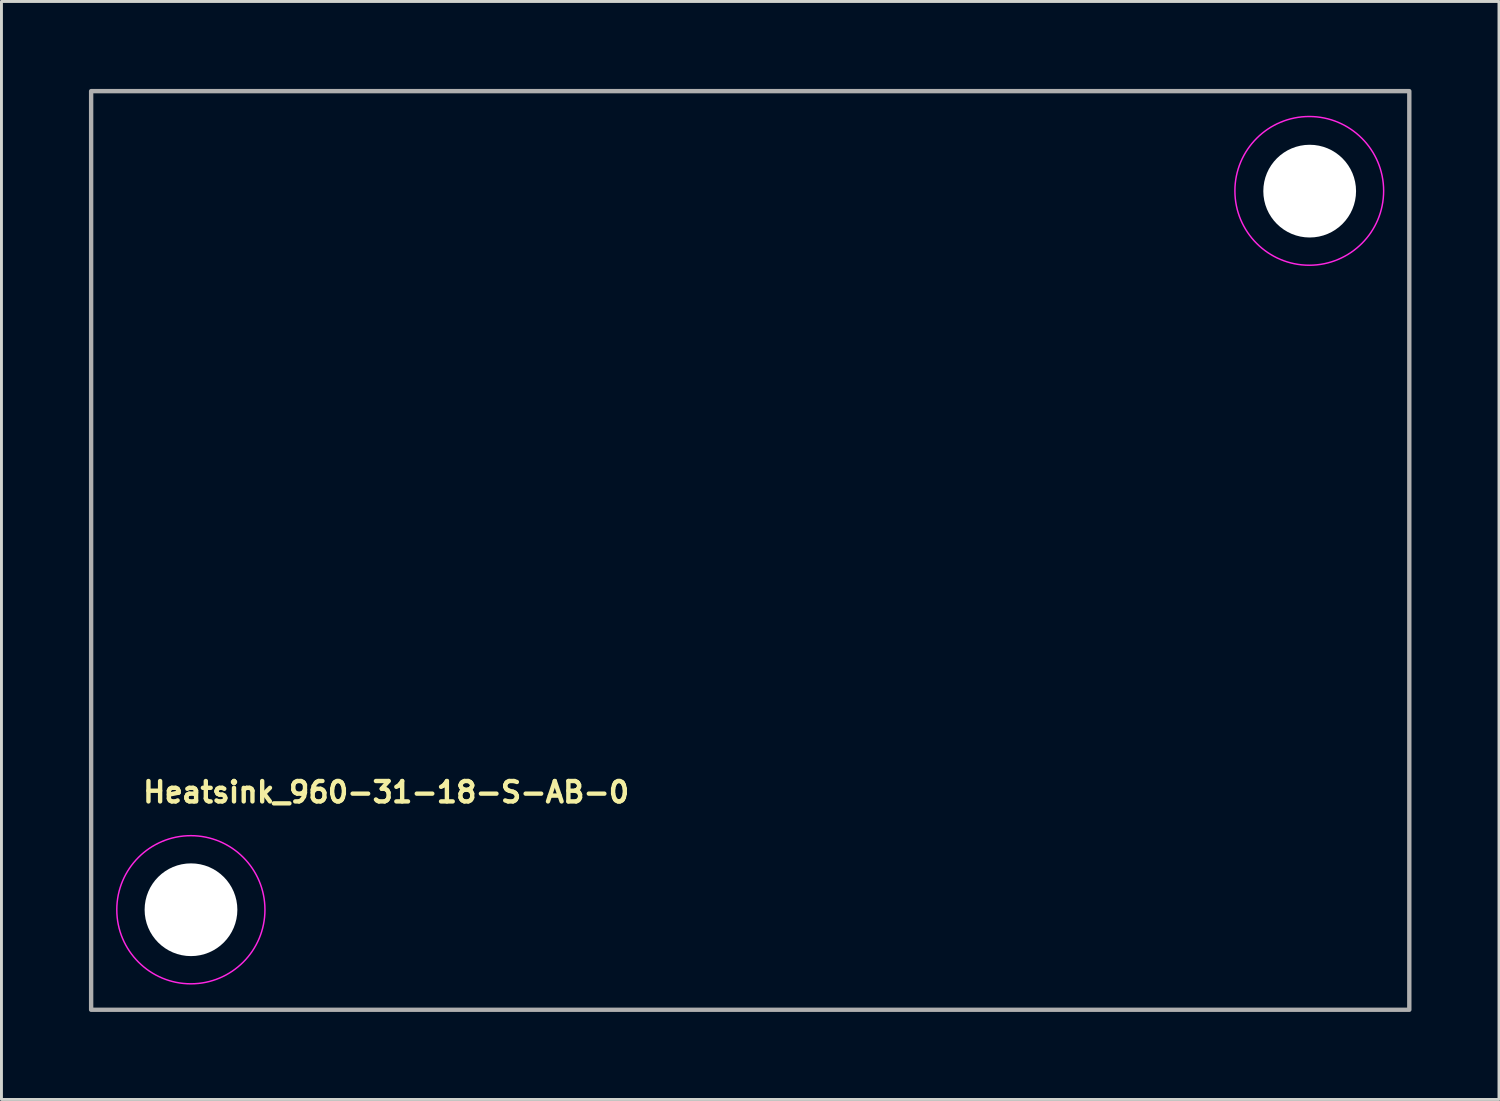
<source format=kicad_pcb>
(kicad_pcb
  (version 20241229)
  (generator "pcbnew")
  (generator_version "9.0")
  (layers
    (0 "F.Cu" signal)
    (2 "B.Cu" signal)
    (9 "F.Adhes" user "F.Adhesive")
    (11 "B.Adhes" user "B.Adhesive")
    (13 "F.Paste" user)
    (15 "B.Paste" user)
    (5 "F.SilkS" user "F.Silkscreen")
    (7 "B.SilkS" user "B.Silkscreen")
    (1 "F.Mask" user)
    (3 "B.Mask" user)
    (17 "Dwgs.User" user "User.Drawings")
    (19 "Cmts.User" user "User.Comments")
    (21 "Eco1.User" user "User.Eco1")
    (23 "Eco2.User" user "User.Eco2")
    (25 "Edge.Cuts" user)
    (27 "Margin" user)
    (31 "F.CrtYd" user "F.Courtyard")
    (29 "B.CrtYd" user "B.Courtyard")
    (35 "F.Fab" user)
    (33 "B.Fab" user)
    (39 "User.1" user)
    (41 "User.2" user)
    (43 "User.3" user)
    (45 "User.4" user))
  (footprint "Heatsink_960-31-18-S-AB-0"
    (layer "F.Cu")
    (at 22.675 15.825)
    (property "Reference" "Heatsink_960-31-18-S-AB-0" (at -20.9 8.699 0) (unlocked yes) (layer "F.SilkS") (effects (font (size 0.7 0.7) (thickness 0.15)) (justify left bottom)))
    (attr through_hole)
    (fp_circle (center -19.18 12.32) (end -16.64 12.32) (stroke (width 0.05) (type solid)) (fill no) (layer "F.CrtYd"))
    (fp_circle (center 19.17 -12.33) (end 21.72 -12.33) (stroke (width 0.05) (type solid)) (fill no) (layer "F.CrtYd"))
    (fp_rect (start -22.6 -15.75) (end 22.6 15.75) (stroke (width 0.15) (type solid)) (fill no) (layer "F.Fab"))
    (fp_rect (start -22.6 -15.75) (end 22.6 15.75) (stroke (width 0.1) (type solid)) (fill no) (layer "User.5"))
    (fp_line (start -22.604 12.32) (end -22.601 12.15) (stroke (width 0.02) (type solid)) (layer "User.9"))
    (fp_line (start -22.601 12.15) (end -22.589 11.981) (stroke (width 0.02) (type solid)) (layer "User.9"))
    (fp_line (start -22.601 12.49) (end -22.604 12.32) (stroke (width 0.02) (type solid)) (layer "User.9"))
    (fp_line (start -22.589 11.981) (end -22.567 11.813) (stroke (width 0.02) (type solid)) (layer "User.9"))
    (fp_line (start -22.589 12.659) (end -22.601 12.49) (stroke (width 0.02) (type solid)) (layer "User.9"))
    (fp_line (start -22.567 11.813) (end -22.538 11.647) (stroke (width 0.02) (type solid)) (layer "User.9"))
    (fp_line (start -22.567 12.826) (end -22.589 12.659) (stroke (width 0.02) (type solid)) (layer "User.9"))
    (fp_line (start -22.538 11.647) (end -22.502 11.484) (stroke (width 0.02) (type solid)) (layer "User.9"))
    (fp_line (start -22.538 12.993) (end -22.567 12.826) (stroke (width 0.02) (type solid)) (layer "User.9"))
    (fp_line (start -22.502 11.484) (end -22.456 11.323) (stroke (width 0.02) (type solid)) (layer "User.9"))
    (fp_line (start -22.502 13.156) (end -22.538 12.993) (stroke (width 0.02) (type solid)) (layer "User.9"))
    (fp_line (start -22.456 11.323) (end -22.404 11.163) (stroke (width 0.02) (type solid)) (layer "User.9"))
    (fp_line (start -22.456 13.317) (end -22.502 13.156) (stroke (width 0.02) (type solid)) (layer "User.9"))
    (fp_line (start -22.404 11.163) (end -22.343 11.007) (stroke (width 0.02) (type solid)) (layer "User.9"))
    (fp_line (start -22.404 13.477) (end -22.456 13.317) (stroke (width 0.02) (type solid)) (layer "User.9"))
    (fp_line (start -22.343 11.007) (end -22.276 10.855) (stroke (width 0.02) (type solid)) (layer "User.9"))
    (fp_line (start -22.343 13.632) (end -22.404 13.477) (stroke (width 0.02) (type solid)) (layer "User.9"))
    (fp_line (start -22.276 10.855) (end -22.202 10.705) (stroke (width 0.02) (type solid)) (layer "User.9"))
    (fp_line (start -22.276 13.785) (end -22.343 13.632) (stroke (width 0.02) (type solid)) (layer "User.9"))
    (fp_line (start -22.202 10.705) (end -22.118 10.56) (stroke (width 0.02) (type solid)) (layer "User.9"))
    (fp_line (start -22.202 13.935) (end -22.276 13.785) (stroke (width 0.02) (type solid)) (layer "User.9"))
    (fp_line (start -22.118 10.56) (end -22.028 10.417) (stroke (width 0.02) (type solid)) (layer "User.9"))
    (fp_line (start -22.118 14.08) (end -22.202 13.935) (stroke (width 0.02) (type solid)) (layer "User.9"))
    (fp_line (start -22.028 10.417) (end -21.932 10.279) (stroke (width 0.02) (type solid)) (layer "User.9"))
    (fp_line (start -22.028 14.223) (end -22.118 14.08) (stroke (width 0.02) (type solid)) (layer "User.9"))
    (fp_line (start -21.932 10.279) (end -21.828 10.147) (stroke (width 0.02) (type solid)) (layer "User.9"))
    (fp_line (start -21.932 14.361) (end -22.028 14.223) (stroke (width 0.02) (type solid)) (layer "User.9"))
    (fp_line (start -21.875 10.775) (end -19.176 9.271) (stroke (width 0.02) (type solid)) (layer "User.9"))
    (fp_line (start -21.875 13.865) (end -21.875 10.775) (stroke (width 0.02) (type solid)) (layer "User.9"))
    (fp_line (start -21.828 10.147) (end -21.717 10.018) (stroke (width 0.02) (type solid)) (layer "User.9"))
    (fp_line (start -21.828 14.493) (end -21.932 14.361) (stroke (width 0.02) (type solid)) (layer "User.9"))
    (fp_line (start -21.717 10.018) (end -21.601 9.896) (stroke (width 0.02) (type solid)) (layer "User.9"))
    (fp_line (start -21.717 14.621) (end -21.828 14.493) (stroke (width 0.02) (type solid)) (layer "User.9"))
    (fp_line (start -21.601 9.896) (end -21.601 9.896) (stroke (width 0.02) (type solid)) (layer "User.9"))
    (fp_line (start -21.601 9.896) (end -21.477 9.778) (stroke (width 0.02) (type solid)) (layer "User.9"))
    (fp_line (start -21.601 14.744) (end -21.717 14.621) (stroke (width 0.02) (type solid)) (layer "User.9"))
    (fp_line (start -21.601 14.744) (end -21.601 14.744) (stroke (width 0.02) (type solid)) (layer "User.9"))
    (fp_line (start -21.477 9.778) (end -21.349 9.667) (stroke (width 0.02) (type solid)) (layer "User.9"))
    (fp_line (start -21.477 14.861) (end -21.601 14.744) (stroke (width 0.02) (type solid)) (layer "User.9"))
    (fp_line (start -21.349 9.667) (end -21.217 9.563) (stroke (width 0.02) (type solid)) (layer "User.9"))
    (fp_line (start -21.349 14.973) (end -21.477 14.861) (stroke (width 0.02) (type solid)) (layer "User.9"))
    (fp_line (start -21.217 9.563) (end -21.078 9.467) (stroke (width 0.02) (type solid)) (layer "User.9"))
    (fp_line (start -21.217 15.076) (end -21.349 14.973) (stroke (width 0.02) (type solid)) (layer "User.9"))
    (fp_line (start -21.078 9.467) (end -20.936 9.377) (stroke (width 0.02) (type solid)) (layer "User.9"))
    (fp_line (start -21.078 15.172) (end -21.217 15.076) (stroke (width 0.02) (type solid)) (layer "User.9"))
    (fp_line (start -20.936 9.377) (end -20.79 9.294) (stroke (width 0.02) (type solid)) (layer "User.9"))
    (fp_line (start -20.936 15.262) (end -21.078 15.172) (stroke (width 0.02) (type solid)) (layer "User.9"))
    (fp_line (start -20.79 9.294) (end -20.641 9.22) (stroke (width 0.02) (type solid)) (layer "User.9"))
    (fp_line (start -20.79 15.345) (end -20.936 15.262) (stroke (width 0.02) (type solid)) (layer "User.9"))
    (fp_line (start -20.641 9.22) (end -20.488 9.153) (stroke (width 0.02) (type solid)) (layer "User.9"))
    (fp_line (start -20.641 15.42) (end -20.79 15.345) (stroke (width 0.02) (type solid)) (layer "User.9"))
    (fp_line (start -20.488 9.153) (end -20.333 9.092) (stroke (width 0.02) (type solid)) (layer "User.9"))
    (fp_line (start -20.488 15.487) (end -20.641 15.42) (stroke (width 0.02) (type solid)) (layer "User.9"))
    (fp_line (start -20.333 9.092) (end -20.173 9.039) (stroke (width 0.02) (type solid)) (layer "User.9"))
    (fp_line (start -20.333 15.548) (end -20.488 15.487) (stroke (width 0.02) (type solid)) (layer "User.9"))
    (fp_line (start -20.173 9.039) (end -20.011 8.994) (stroke (width 0.02) (type solid)) (layer "User.9"))
    (fp_line (start -20.173 15.601) (end -20.333 15.548) (stroke (width 0.02) (type solid)) (layer "User.9"))
    (fp_line (start -20.011 8.994) (end -19.848 8.957) (stroke (width 0.02) (type solid)) (layer "User.9"))
    (fp_line (start -20.011 15.646) (end -20.173 15.601) (stroke (width 0.02) (type solid)) (layer "User.9"))
    (fp_line (start -19.848 8.957) (end -19.682 8.929) (stroke (width 0.02) (type solid)) (layer "User.9"))
    (fp_line (start -19.848 15.682) (end -20.011 15.646) (stroke (width 0.02) (type solid)) (layer "User.9"))
    (fp_line (start -19.682 8.929) (end -19.514 8.907) (stroke (width 0.02) (type solid)) (layer "User.9"))
    (fp_line (start -19.682 15.711) (end -19.848 15.682) (stroke (width 0.02) (type solid)) (layer "User.9"))
    (fp_line (start -19.514 8.907) (end -19.346 8.896) (stroke (width 0.02) (type solid)) (layer "User.9"))
    (fp_line (start -19.514 15.733) (end -19.682 15.711) (stroke (width 0.02) (type solid)) (layer "User.9"))
    (fp_line (start -19.346 8.896) (end -19.176 8.89) (stroke (width 0.02) (type solid)) (layer "User.9"))
    (fp_line (start -19.346 15.744) (end -19.514 15.733) (stroke (width 0.02) (type solid)) (layer "User.9"))
    (fp_line (start -19.176 8.89) (end -18 8.89) (stroke (width 0.02) (type solid)) (layer "User.9"))
    (fp_line (start -19.176 9.271) (end -16.476 10.775) (stroke (width 0.02) (type solid)) (layer "User.9"))
    (fp_line (start -19.176 15.371) (end -21.875 13.865) (stroke (width 0.02) (type solid)) (layer "User.9"))
    (fp_line (start -19.176 15.749) (end -19.346 15.744) (stroke (width 0.02) (type solid)) (layer "User.9"))
    (fp_line (start -18 8.89) (end -17.901 8.888) (stroke (width 0.02) (type solid)) (layer "User.9"))
    (fp_line (start -17.901 8.888) (end -17.804 8.881) (stroke (width 0.02) (type solid)) (layer "User.9"))
    (fp_line (start -17.804 8.881) (end -17.705 8.869) (stroke (width 0.02) (type solid)) (layer "User.9"))
    (fp_line (start -17.705 8.869) (end -17.609 8.852) (stroke (width 0.02) (type solid)) (layer "User.9"))
    (fp_line (start -17.609 8.852) (end -17.514 8.83) (stroke (width 0.02) (type solid)) (layer "User.9"))
    (fp_line (start -17.514 8.83) (end -17.42 8.804) (stroke (width 0.02) (type solid)) (layer "User.9"))
    (fp_line (start -17.42 8.804) (end -17.327 8.773) (stroke (width 0.02) (type solid)) (layer "User.9"))
    (fp_line (start -17.327 8.773) (end -17.235 8.739) (stroke (width 0.02) (type solid)) (layer "User.9"))
    (fp_line (start -17.235 8.739) (end -17.147 8.699) (stroke (width 0.02) (type solid)) (layer "User.9"))
    (fp_line (start -17.147 8.699) (end -17.06 8.656) (stroke (width 0.02) (type solid)) (layer "User.9"))
    (fp_line (start -17.06 8.656) (end -16.974 8.608) (stroke (width 0.02) (type solid)) (layer "User.9"))
    (fp_line (start -16.974 8.608) (end -16.891 8.554) (stroke (width 0.02) (type solid)) (layer "User.9"))
    (fp_line (start -16.891 8.554) (end -16.811 8.499) (stroke (width 0.02) (type solid)) (layer "User.9"))
    (fp_line (start -16.811 8.499) (end -16.734 8.438) (stroke (width 0.02) (type solid)) (layer "User.9"))
    (fp_line (start -16.734 8.438) (end -16.659 8.374) (stroke (width 0.02) (type solid)) (layer "User.9"))
    (fp_line (start -16.659 8.374) (end -16.586 8.305) (stroke (width 0.02) (type solid)) (layer "User.9"))
    (fp_line (start -16.586 8.305) (end -16.586 8.305) (stroke (width 0.02) (type solid)) (layer "User.9"))
    (fp_line (start -16.586 8.305) (end -16.519 8.233) (stroke (width 0.02) (type solid)) (layer "User.9"))
    (fp_line (start -16.519 8.233) (end -16.453 8.159) (stroke (width 0.02) (type solid)) (layer "User.9"))
    (fp_line (start -16.476 10.775) (end -16.476 13.865) (stroke (width 0.02) (type solid)) (layer "User.9"))
    (fp_line (start -16.476 13.865) (end -19.176 15.371) (stroke (width 0.02) (type solid)) (layer "User.9"))
    (fp_line (start -16.453 8.159) (end -16.394 8.08) (stroke (width 0.02) (type solid)) (layer "User.9"))
    (fp_line (start -16.394 8.08) (end -16.337 8) (stroke (width 0.02) (type solid)) (layer "User.9"))
    (fp_line (start -16.337 8) (end -16.284 7.917) (stroke (width 0.02) (type solid)) (layer "User.9"))
    (fp_line (start -16.284 7.917) (end -16.237 7.833) (stroke (width 0.02) (type solid)) (layer "User.9"))
    (fp_line (start -16.237 7.833) (end -16.192 7.746) (stroke (width 0.02) (type solid)) (layer "User.9"))
    (fp_line (start -16.192 7.746) (end -16.153 7.656) (stroke (width 0.02) (type solid)) (layer "User.9"))
    (fp_line (start -16.153 7.656) (end -16.118 7.565) (stroke (width 0.02) (type solid)) (layer "User.9"))
    (fp_line (start -16.118 7.565) (end -16.087 7.472) (stroke (width 0.02) (type solid)) (layer "User.9"))
    (fp_line (start -16.087 7.472) (end -16.061 7.378) (stroke (width 0.02) (type solid)) (layer "User.9"))
    (fp_line (start -16.061 7.378) (end -16.04 7.283) (stroke (width 0.02) (type solid)) (layer "User.9"))
    (fp_line (start -16.04 7.283) (end -16.022 7.187) (stroke (width 0.02) (type solid)) (layer "User.9"))
    (fp_line (start -16.022 7.187) (end -16.011 7.089) (stroke (width 0.02) (type solid)) (layer "User.9"))
    (fp_line (start -16.011 7.089) (end -16.003 6.99) (stroke (width 0.02) (type solid)) (layer "User.9"))
    (fp_line (start -16.003 6.99) (end -16 6.892) (stroke (width 0.02) (type solid)) (layer "User.9"))
    (fp_line (start -16 6.892) (end -16 -15.75) (stroke (width 0.02) (type solid)) (layer "User.9"))
    (fp_line (start -15.5 -13.2) (end -15.5 -15.5) (stroke (width 0.02) (type solid)) (layer "User.9"))
    (fp_line (start -15.5 -13.2) (end -14.25 -13.2) (stroke (width 0.02) (type solid)) (layer "User.9"))
    (fp_line (start -15.5 -9.1) (end -15.5 -11.401) (stroke (width 0.02) (type solid)) (layer "User.9"))
    (fp_line (start -15.5 -9.1) (end -14.25 -9.1) (stroke (width 0.02) (type solid)) (layer "User.9"))
    (fp_line (start -15.5 -5) (end -15.5 -7.3) (stroke (width 0.02) (type solid)) (layer "User.9"))
    (fp_line (start -15.5 -5) (end -14.25 -5) (stroke (width 0.02) (type solid)) (layer "User.9"))
    (fp_line (start -15.5 -0.902) (end -15.5 -3.202) (stroke (width 0.02) (type solid)) (layer "User.9"))
    (fp_line (start -15.5 -0.902) (end -14.25 -0.902) (stroke (width 0.02) (type solid)) (layer "User.9"))
    (fp_line (start -15.5 3.2) (end -15.5 0.9) (stroke (width 0.02) (type solid)) (layer "User.9"))
    (fp_line (start -15.5 3.2) (end -14.25 3.2) (stroke (width 0.02) (type solid)) (layer "User.9"))
    (fp_line (start -15.5 7.299) (end -15.5 4.998) (stroke (width 0.02) (type solid)) (layer "User.9"))
    (fp_line (start -15.5 7.299) (end -14.25 7.299) (stroke (width 0.02) (type solid)) (layer "User.9"))
    (fp_line (start -15.5 11.4) (end -15.5 9.099) (stroke (width 0.02) (type solid)) (layer "User.9"))
    (fp_line (start -15.5 11.4) (end -14.25 11.4) (stroke (width 0.02) (type solid)) (layer "User.9"))
    (fp_line (start -15.5 15.499) (end -15.5 13.198) (stroke (width 0.02) (type solid)) (layer "User.9"))
    (fp_line (start -15.5 15.499) (end -14.25 15.499) (stroke (width 0.02) (type solid)) (layer "User.9"))
    (fp_line (start -14.25 -15.5) (end -15.5 -15.5) (stroke (width 0.02) (type solid)) (layer "User.9"))
    (fp_line (start -14.25 -13.2) (end -14.25 -15.5) (stroke (width 0.02) (type solid)) (layer "User.9"))
    (fp_line (start -14.25 -11.401) (end -15.5 -11.401) (stroke (width 0.02) (type solid)) (layer "User.9"))
    (fp_line (start -14.25 -9.1) (end -14.25 -11.401) (stroke (width 0.02) (type solid)) (layer "User.9"))
    (fp_line (start -14.25 -7.3) (end -15.5 -7.3) (stroke (width 0.02) (type solid)) (layer "User.9"))
    (fp_line (start -14.25 -5) (end -14.25 -7.3) (stroke (width 0.02) (type solid)) (layer "User.9"))
    (fp_line (start -14.25 -3.202) (end -15.5 -3.202) (stroke (width 0.02) (type solid)) (layer "User.9"))
    (fp_line (start -14.25 -0.902) (end -14.25 -3.202) (stroke (width 0.02) (type solid)) (layer "User.9"))
    (fp_line (start -14.25 0.9) (end -15.5 0.9) (stroke (width 0.02) (type solid)) (layer "User.9"))
    (fp_line (start -14.25 3.2) (end -14.25 0.9) (stroke (width 0.02) (type solid)) (layer "User.9"))
    (fp_line (start -14.25 4.998) (end -15.5 4.998) (stroke (width 0.02) (type solid)) (layer "User.9"))
    (fp_line (start -14.25 7.299) (end -14.25 4.998) (stroke (width 0.02) (type solid)) (layer "User.9"))
    (fp_line (start -14.25 9.099) (end -15.5 9.099) (stroke (width 0.02) (type solid)) (layer "User.9"))
    (fp_line (start -14.25 11.4) (end -14.25 9.099) (stroke (width 0.02) (type solid)) (layer "User.9"))
    (fp_line (start -14.25 13.198) (end -15.5 13.198) (stroke (width 0.02) (type solid)) (layer "User.9"))
    (fp_line (start -14.25 15.499) (end -14.25 13.198) (stroke (width 0.02) (type solid)) (layer "User.9"))
    (fp_line (start -12.196 -13.2) (end -12.196 -15.5) (stroke (width 0.02) (type solid)) (layer "User.9"))
    (fp_line (start -12.196 -13.2) (end -10.946 -13.2) (stroke (width 0.02) (type solid)) (layer "User.9"))
    (fp_line (start -12.196 -9.1) (end -12.196 -11.401) (stroke (width 0.02) (type solid)) (layer "User.9"))
    (fp_line (start -12.196 -9.1) (end -10.946 -9.1) (stroke (width 0.02) (type solid)) (layer "User.9"))
    (fp_line (start -12.196 -5) (end -12.196 -7.3) (stroke (width 0.02) (type solid)) (layer "User.9"))
    (fp_line (start -12.196 -5) (end -10.946 -5) (stroke (width 0.02) (type solid)) (layer "User.9"))
    (fp_line (start -12.196 -0.902) (end -12.196 -3.202) (stroke (width 0.02) (type solid)) (layer "User.9"))
    (fp_line (start -12.196 -0.902) (end -10.946 -0.902) (stroke (width 0.02) (type solid)) (layer "User.9"))
    (fp_line (start -12.196 3.2) (end -12.196 0.9) (stroke (width 0.02) (type solid)) (layer "User.9"))
    (fp_line (start -12.196 3.2) (end -10.946 3.2) (stroke (width 0.02) (type solid)) (layer "User.9"))
    (fp_line (start -12.196 7.299) (end -12.196 4.998) (stroke (width 0.02) (type solid)) (layer "User.9"))
    (fp_line (start -12.196 7.299) (end -10.946 7.299) (stroke (width 0.02) (type solid)) (layer "User.9"))
    (fp_line (start -12.196 11.4) (end -12.196 9.099) (stroke (width 0.02) (type solid)) (layer "User.9"))
    (fp_line (start -12.196 11.4) (end -10.946 11.4) (stroke (width 0.02) (type solid)) (layer "User.9"))
    (fp_line (start -12.196 15.499) (end -12.196 13.198) (stroke (width 0.02) (type solid)) (layer "User.9"))
    (fp_line (start -12.196 15.499) (end -10.946 15.499) (stroke (width 0.02) (type solid)) (layer "User.9"))
    (fp_line (start -10.946 -15.5) (end -12.196 -15.5) (stroke (width 0.02) (type solid)) (layer "User.9"))
    (fp_line (start -10.946 -13.2) (end -10.946 -15.5) (stroke (width 0.02) (type solid)) (layer "User.9"))
    (fp_line (start -10.946 -11.401) (end -12.196 -11.401) (stroke (width 0.02) (type solid)) (layer "User.9"))
    (fp_line (start -10.946 -9.1) (end -10.946 -11.401) (stroke (width 0.02) (type solid)) (layer "User.9"))
    (fp_line (start -10.946 -7.3) (end -12.196 -7.3) (stroke (width 0.02) (type solid)) (layer "User.9"))
    (fp_line (start -10.946 -5) (end -10.946 -7.3) (stroke (width 0.02) (type solid)) (layer "User.9"))
    (fp_line (start -10.946 -3.202) (end -12.196 -3.202) (stroke (width 0.02) (type solid)) (layer "User.9"))
    (fp_line (start -10.946 -0.902) (end -10.946 -3.202) (stroke (width 0.02) (type solid)) (layer "User.9"))
    (fp_line (start -10.946 0.9) (end -12.196 0.9) (stroke (width 0.02) (type solid)) (layer "User.9"))
    (fp_line (start -10.946 3.2) (end -10.946 0.9) (stroke (width 0.02) (type solid)) (layer "User.9"))
    (fp_line (start -10.946 4.998) (end -12.196 4.998) (stroke (width 0.02) (type solid)) (layer "User.9"))
    (fp_line (start -10.946 7.299) (end -10.946 4.998) (stroke (width 0.02) (type solid)) (layer "User.9"))
    (fp_line (start -10.946 9.099) (end -12.196 9.099) (stroke (width 0.02) (type solid)) (layer "User.9"))
    (fp_line (start -10.946 11.4) (end -10.946 9.099) (stroke (width 0.02) (type solid)) (layer "User.9"))
    (fp_line (start -10.946 13.198) (end -12.196 13.198) (stroke (width 0.02) (type solid)) (layer "User.9"))
    (fp_line (start -10.946 15.499) (end -10.946 13.198) (stroke (width 0.02) (type solid)) (layer "User.9"))
    (fp_line (start -8.889 -13.2) (end -8.889 -15.5) (stroke (width 0.02) (type solid)) (layer "User.9"))
    (fp_line (start -8.889 -13.2) (end -7.64 -13.2) (stroke (width 0.02) (type solid)) (layer "User.9"))
    (fp_line (start -8.889 -9.1) (end -8.889 -11.401) (stroke (width 0.02) (type solid)) (layer "User.9"))
    (fp_line (start -8.889 -9.1) (end -7.64 -9.1) (stroke (width 0.02) (type solid)) (layer "User.9"))
    (fp_line (start -8.889 -5) (end -8.889 -7.3) (stroke (width 0.02) (type solid)) (layer "User.9"))
    (fp_line (start -8.889 -5) (end -7.64 -5) (stroke (width 0.02) (type solid)) (layer "User.9"))
    (fp_line (start -8.889 -0.902) (end -8.889 -3.202) (stroke (width 0.02) (type solid)) (layer "User.9"))
    (fp_line (start -8.889 -0.902) (end -7.64 -0.902) (stroke (width 0.02) (type solid)) (layer "User.9"))
    (fp_line (start -8.889 3.2) (end -8.889 0.9) (stroke (width 0.02) (type solid)) (layer "User.9"))
    (fp_line (start -8.889 3.2) (end -7.64 3.2) (stroke (width 0.02) (type solid)) (layer "User.9"))
    (fp_line (start -8.889 7.299) (end -8.889 4.998) (stroke (width 0.02) (type solid)) (layer "User.9"))
    (fp_line (start -8.889 7.299) (end -7.64 7.299) (stroke (width 0.02) (type solid)) (layer "User.9"))
    (fp_line (start -8.889 11.4) (end -8.889 9.099) (stroke (width 0.02) (type solid)) (layer "User.9"))
    (fp_line (start -8.889 11.4) (end -7.64 11.4) (stroke (width 0.02) (type solid)) (layer "User.9"))
    (fp_line (start -8.889 15.499) (end -8.889 13.198) (stroke (width 0.02) (type solid)) (layer "User.9"))
    (fp_line (start -8.889 15.499) (end -7.64 15.499) (stroke (width 0.02) (type solid)) (layer "User.9"))
    (fp_line (start -7.64 -15.5) (end -8.889 -15.5) (stroke (width 0.02) (type solid)) (layer "User.9"))
    (fp_line (start -7.64 -13.2) (end -7.64 -15.5) (stroke (width 0.02) (type solid)) (layer "User.9"))
    (fp_line (start -7.64 -11.401) (end -8.889 -11.401) (stroke (width 0.02) (type solid)) (layer "User.9"))
    (fp_line (start -7.64 -9.1) (end -7.64 -11.401) (stroke (width 0.02) (type solid)) (layer "User.9"))
    (fp_line (start -7.64 -7.3) (end -8.889 -7.3) (stroke (width 0.02) (type solid)) (layer "User.9"))
    (fp_line (start -7.64 -5) (end -7.64 -7.3) (stroke (width 0.02) (type solid)) (layer "User.9"))
    (fp_line (start -7.64 -3.202) (end -8.889 -3.202) (stroke (width 0.02) (type solid)) (layer "User.9"))
    (fp_line (start -7.64 -0.902) (end -7.64 -3.202) (stroke (width 0.02) (type solid)) (layer "User.9"))
    (fp_line (start -7.64 0.9) (end -8.889 0.9) (stroke (width 0.02) (type solid)) (layer "User.9"))
    (fp_line (start -7.64 3.2) (end -7.64 0.9) (stroke (width 0.02) (type solid)) (layer "User.9"))
    (fp_line (start -7.64 4.998) (end -8.889 4.998) (stroke (width 0.02) (type solid)) (layer "User.9"))
    (fp_line (start -7.64 7.299) (end -7.64 4.998) (stroke (width 0.02) (type solid)) (layer "User.9"))
    (fp_line (start -7.64 9.099) (end -8.889 9.099) (stroke (width 0.02) (type solid)) (layer "User.9"))
    (fp_line (start -7.64 11.4) (end -7.64 9.099) (stroke (width 0.02) (type solid)) (layer "User.9"))
    (fp_line (start -7.64 13.198) (end -8.889 13.198) (stroke (width 0.02) (type solid)) (layer "User.9"))
    (fp_line (start -7.64 15.499) (end -7.64 13.198) (stroke (width 0.02) (type solid)) (layer "User.9"))
    (fp_line (start -5.584 -13.2) (end -5.584 -15.5) (stroke (width 0.02) (type solid)) (layer "User.9"))
    (fp_line (start -5.584 -13.2) (end -4.334 -13.2) (stroke (width 0.02) (type solid)) (layer "User.9"))
    (fp_line (start -5.584 -9.1) (end -5.584 -11.401) (stroke (width 0.02) (type solid)) (layer "User.9"))
    (fp_line (start -5.584 -9.1) (end -4.334 -9.1) (stroke (width 0.02) (type solid)) (layer "User.9"))
    (fp_line (start -5.584 -5) (end -5.584 -7.3) (stroke (width 0.02) (type solid)) (layer "User.9"))
    (fp_line (start -5.584 -5) (end -4.334 -5) (stroke (width 0.02) (type solid)) (layer "User.9"))
    (fp_line (start -5.584 -0.902) (end -5.584 -3.202) (stroke (width 0.02) (type solid)) (layer "User.9"))
    (fp_line (start -5.584 -0.902) (end -4.334 -0.902) (stroke (width 0.02) (type solid)) (layer "User.9"))
    (fp_line (start -5.584 3.2) (end -5.584 0.9) (stroke (width 0.02) (type solid)) (layer "User.9"))
    (fp_line (start -5.584 3.2) (end -4.334 3.2) (stroke (width 0.02) (type solid)) (layer "User.9"))
    (fp_line (start -5.584 7.299) (end -5.584 4.998) (stroke (width 0.02) (type solid)) (layer "User.9"))
    (fp_line (start -5.584 7.299) (end -4.334 7.299) (stroke (width 0.02) (type solid)) (layer "User.9"))
    (fp_line (start -5.584 11.4) (end -5.584 9.099) (stroke (width 0.02) (type solid)) (layer "User.9"))
    (fp_line (start -5.584 11.4) (end -4.334 11.4) (stroke (width 0.02) (type solid)) (layer "User.9"))
    (fp_line (start -5.584 15.499) (end -5.584 13.198) (stroke (width 0.02) (type solid)) (layer "User.9"))
    (fp_line (start -5.584 15.499) (end -4.334 15.499) (stroke (width 0.02) (type solid)) (layer "User.9"))
    (fp_line (start -4.334 -15.5) (end -5.584 -15.5) (stroke (width 0.02) (type solid)) (layer "User.9"))
    (fp_line (start -4.334 -13.2) (end -4.334 -15.5) (stroke (width 0.02) (type solid)) (layer "User.9"))
    (fp_line (start -4.334 -11.401) (end -5.584 -11.401) (stroke (width 0.02) (type solid)) (layer "User.9"))
    (fp_line (start -4.334 -9.1) (end -4.334 -11.401) (stroke (width 0.02) (type solid)) (layer "User.9"))
    (fp_line (start -4.334 -7.3) (end -5.584 -7.3) (stroke (width 0.02) (type solid)) (layer "User.9"))
    (fp_line (start -4.334 -5) (end -4.334 -7.3) (stroke (width 0.02) (type solid)) (layer "User.9"))
    (fp_line (start -4.334 -3.202) (end -5.584 -3.202) (stroke (width 0.02) (type solid)) (layer "User.9"))
    (fp_line (start -4.334 -0.902) (end -4.334 -3.202) (stroke (width 0.02) (type solid)) (layer "User.9"))
    (fp_line (start -4.334 0.9) (end -5.584 0.9) (stroke (width 0.02) (type solid)) (layer "User.9"))
    (fp_line (start -4.334 3.2) (end -4.334 0.9) (stroke (width 0.02) (type solid)) (layer "User.9"))
    (fp_line (start -4.334 4.998) (end -5.584 4.998) (stroke (width 0.02) (type solid)) (layer "User.9"))
    (fp_line (start -4.334 7.299) (end -4.334 4.998) (stroke (width 0.02) (type solid)) (layer "User.9"))
    (fp_line (start -4.334 9.099) (end -5.584 9.099) (stroke (width 0.02) (type solid)) (layer "User.9"))
    (fp_line (start -4.334 11.4) (end -4.334 9.099) (stroke (width 0.02) (type solid)) (layer "User.9"))
    (fp_line (start -4.334 13.198) (end -5.584 13.198) (stroke (width 0.02) (type solid)) (layer "User.9"))
    (fp_line (start -4.334 15.499) (end -4.334 13.198) (stroke (width 0.02) (type solid)) (layer "User.9"))
    (fp_line (start -2.278 -13.2) (end -2.278 -15.5) (stroke (width 0.02) (type solid)) (layer "User.9"))
    (fp_line (start -2.278 -13.2) (end -1.028 -13.2) (stroke (width 0.02) (type solid)) (layer "User.9"))
    (fp_line (start -2.278 -9.1) (end -2.278 -11.401) (stroke (width 0.02) (type solid)) (layer "User.9"))
    (fp_line (start -2.278 -9.1) (end -1.028 -9.1) (stroke (width 0.02) (type solid)) (layer "User.9"))
    (fp_line (start -2.278 -5) (end -2.278 -7.3) (stroke (width 0.02) (type solid)) (layer "User.9"))
    (fp_line (start -2.278 -5) (end -1.028 -5) (stroke (width 0.02) (type solid)) (layer "User.9"))
    (fp_line (start -2.278 -0.902) (end -2.278 -3.202) (stroke (width 0.02) (type solid)) (layer "User.9"))
    (fp_line (start -2.278 -0.902) (end -1.028 -0.902) (stroke (width 0.02) (type solid)) (layer "User.9"))
    (fp_line (start -2.278 3.2) (end -2.278 0.9) (stroke (width 0.02) (type solid)) (layer "User.9"))
    (fp_line (start -2.278 3.2) (end -1.028 3.2) (stroke (width 0.02) (type solid)) (layer "User.9"))
    (fp_line (start -2.278 7.299) (end -2.278 4.998) (stroke (width 0.02) (type solid)) (layer "User.9"))
    (fp_line (start -2.278 7.299) (end -1.028 7.299) (stroke (width 0.02) (type solid)) (layer "User.9"))
    (fp_line (start -2.278 11.4) (end -2.278 9.099) (stroke (width 0.02) (type solid)) (layer "User.9"))
    (fp_line (start -2.278 11.4) (end -1.028 11.4) (stroke (width 0.02) (type solid)) (layer "User.9"))
    (fp_line (start -2.278 15.499) (end -2.278 13.198) (stroke (width 0.02) (type solid)) (layer "User.9"))
    (fp_line (start -2.278 15.499) (end -1.028 15.499) (stroke (width 0.02) (type solid)) (layer "User.9"))
    (fp_line (start -1.028 -15.5) (end -2.278 -15.5) (stroke (width 0.02) (type solid)) (layer "User.9"))
    (fp_line (start -1.028 -13.2) (end -1.028 -15.5) (stroke (width 0.02) (type solid)) (layer "User.9"))
    (fp_line (start -1.028 -11.401) (end -2.278 -11.401) (stroke (width 0.02) (type solid)) (layer "User.9"))
    (fp_line (start -1.028 -9.1) (end -1.028 -11.401) (stroke (width 0.02) (type solid)) (layer "User.9"))
    (fp_line (start -1.028 -7.3) (end -2.278 -7.3) (stroke (width 0.02) (type solid)) (layer "User.9"))
    (fp_line (start -1.028 -5) (end -1.028 -7.3) (stroke (width 0.02) (type solid)) (layer "User.9"))
    (fp_line (start -1.028 -3.202) (end -2.278 -3.202) (stroke (width 0.02) (type solid)) (layer "User.9"))
    (fp_line (start -1.028 -0.902) (end -1.028 -3.202) (stroke (width 0.02) (type solid)) (layer "User.9"))
    (fp_line (start -1.028 0.9) (end -2.278 0.9) (stroke (width 0.02) (type solid)) (layer "User.9"))
    (fp_line (start -1.028 3.2) (end -1.028 0.9) (stroke (width 0.02) (type solid)) (layer "User.9"))
    (fp_line (start -1.028 4.998) (end -2.278 4.998) (stroke (width 0.02) (type solid)) (layer "User.9"))
    (fp_line (start -1.028 7.299) (end -1.028 4.998) (stroke (width 0.02) (type solid)) (layer "User.9"))
    (fp_line (start -1.028 9.099) (end -2.278 9.099) (stroke (width 0.02) (type solid)) (layer "User.9"))
    (fp_line (start -1.028 11.4) (end -1.028 9.099) (stroke (width 0.02) (type solid)) (layer "User.9"))
    (fp_line (start -1.028 13.198) (end -2.278 13.198) (stroke (width 0.02) (type solid)) (layer "User.9"))
    (fp_line (start -1.028 15.499) (end -1.028 13.198) (stroke (width 0.02) (type solid)) (layer "User.9"))
    (fp_line (start 1.027 -13.2) (end 1.027 -15.5) (stroke (width 0.02) (type solid)) (layer "User.9"))
    (fp_line (start 1.027 -13.2) (end 2.277 -13.2) (stroke (width 0.02) (type solid)) (layer "User.9"))
    (fp_line (start 1.027 -9.1) (end 1.027 -11.401) (stroke (width 0.02) (type solid)) (layer "User.9"))
    (fp_line (start 1.027 -9.1) (end 2.277 -9.1) (stroke (width 0.02) (type solid)) (layer "User.9"))
    (fp_line (start 1.027 -5) (end 1.027 -7.3) (stroke (width 0.02) (type solid)) (layer "User.9"))
    (fp_line (start 1.027 -5) (end 2.277 -5) (stroke (width 0.02) (type solid)) (layer "User.9"))
    (fp_line (start 1.027 -0.902) (end 1.027 -3.202) (stroke (width 0.02) (type solid)) (layer "User.9"))
    (fp_line (start 1.027 -0.902) (end 2.277 -0.902) (stroke (width 0.02) (type solid)) (layer "User.9"))
    (fp_line (start 1.027 3.2) (end 1.027 0.9) (stroke (width 0.02) (type solid)) (layer "User.9"))
    (fp_line (start 1.027 3.2) (end 2.277 3.2) (stroke (width 0.02) (type solid)) (layer "User.9"))
    (fp_line (start 1.027 7.299) (end 1.027 4.998) (stroke (width 0.02) (type solid)) (layer "User.9"))
    (fp_line (start 1.027 7.299) (end 2.277 7.299) (stroke (width 0.02) (type solid)) (layer "User.9"))
    (fp_line (start 1.027 11.4) (end 1.027 9.099) (stroke (width 0.02) (type solid)) (layer "User.9"))
    (fp_line (start 1.027 11.4) (end 2.277 11.4) (stroke (width 0.02) (type solid)) (layer "User.9"))
    (fp_line (start 1.027 15.499) (end 1.027 13.198) (stroke (width 0.02) (type solid)) (layer "User.9"))
    (fp_line (start 1.027 15.499) (end 2.277 15.499) (stroke (width 0.02) (type solid)) (layer "User.9"))
    (fp_line (start 2.277 -15.5) (end 1.027 -15.5) (stroke (width 0.02) (type solid)) (layer "User.9"))
    (fp_line (start 2.277 -13.2) (end 2.277 -15.5) (stroke (width 0.02) (type solid)) (layer "User.9"))
    (fp_line (start 2.277 -11.401) (end 1.027 -11.401) (stroke (width 0.02) (type solid)) (layer "User.9"))
    (fp_line (start 2.277 -9.1) (end 2.277 -11.401) (stroke (width 0.02) (type solid)) (layer "User.9"))
    (fp_line (start 2.277 -7.3) (end 1.027 -7.3) (stroke (width 0.02) (type solid)) (layer "User.9"))
    (fp_line (start 2.277 -5) (end 2.277 -7.3) (stroke (width 0.02) (type solid)) (layer "User.9"))
    (fp_line (start 2.277 -3.202) (end 1.027 -3.202) (stroke (width 0.02) (type solid)) (layer "User.9"))
    (fp_line (start 2.277 -0.902) (end 2.277 -3.202) (stroke (width 0.02) (type solid)) (layer "User.9"))
    (fp_line (start 2.277 0.9) (end 1.027 0.9) (stroke (width 0.02) (type solid)) (layer "User.9"))
    (fp_line (start 2.277 3.2) (end 2.277 0.9) (stroke (width 0.02) (type solid)) (layer "User.9"))
    (fp_line (start 2.277 4.998) (end 1.027 4.998) (stroke (width 0.02) (type solid)) (layer "User.9"))
    (fp_line (start 2.277 7.299) (end 2.277 4.998) (stroke (width 0.02) (type solid)) (layer "User.9"))
    (fp_line (start 2.277 9.099) (end 1.027 9.099) (stroke (width 0.02) (type solid)) (layer "User.9"))
    (fp_line (start 2.277 11.4) (end 2.277 9.099) (stroke (width 0.02) (type solid)) (layer "User.9"))
    (fp_line (start 2.277 13.198) (end 1.027 13.198) (stroke (width 0.02) (type solid)) (layer "User.9"))
    (fp_line (start 2.277 15.499) (end 2.277 13.198) (stroke (width 0.02) (type solid)) (layer "User.9"))
    (fp_line (start 4.333 -13.2) (end 4.333 -15.5) (stroke (width 0.02) (type solid)) (layer "User.9"))
    (fp_line (start 4.333 -13.2) (end 5.583 -13.2) (stroke (width 0.02) (type solid)) (layer "User.9"))
    (fp_line (start 4.333 -9.1) (end 4.333 -11.401) (stroke (width 0.02) (type solid)) (layer "User.9"))
    (fp_line (start 4.333 -9.1) (end 5.583 -9.1) (stroke (width 0.02) (type solid)) (layer "User.9"))
    (fp_line (start 4.333 -5) (end 4.333 -7.3) (stroke (width 0.02) (type solid)) (layer "User.9"))
    (fp_line (start 4.333 -5) (end 5.583 -5) (stroke (width 0.02) (type solid)) (layer "User.9"))
    (fp_line (start 4.333 -0.902) (end 4.333 -3.202) (stroke (width 0.02) (type solid)) (layer "User.9"))
    (fp_line (start 4.333 -0.902) (end 5.583 -0.902) (stroke (width 0.02) (type solid)) (layer "User.9"))
    (fp_line (start 4.333 3.2) (end 4.333 0.9) (stroke (width 0.02) (type solid)) (layer "User.9"))
    (fp_line (start 4.333 3.2) (end 5.583 3.2) (stroke (width 0.02) (type solid)) (layer "User.9"))
    (fp_line (start 4.333 7.299) (end 4.333 4.998) (stroke (width 0.02) (type solid)) (layer "User.9"))
    (fp_line (start 4.333 7.299) (end 5.583 7.299) (stroke (width 0.02) (type solid)) (layer "User.9"))
    (fp_line (start 4.333 11.4) (end 4.333 9.099) (stroke (width 0.02) (type solid)) (layer "User.9"))
    (fp_line (start 4.333 11.4) (end 5.583 11.4) (stroke (width 0.02) (type solid)) (layer "User.9"))
    (fp_line (start 4.333 15.499) (end 4.333 13.198) (stroke (width 0.02) (type solid)) (layer "User.9"))
    (fp_line (start 4.333 15.499) (end 5.583 15.499) (stroke (width 0.02) (type solid)) (layer "User.9"))
    (fp_line (start 5.583 -15.5) (end 4.333 -15.5) (stroke (width 0.02) (type solid)) (layer "User.9"))
    (fp_line (start 5.583 -13.2) (end 5.583 -15.5) (stroke (width 0.02) (type solid)) (layer "User.9"))
    (fp_line (start 5.583 -11.401) (end 4.333 -11.401) (stroke (width 0.02) (type solid)) (layer "User.9"))
    (fp_line (start 5.583 -9.1) (end 5.583 -11.401) (stroke (width 0.02) (type solid)) (layer "User.9"))
    (fp_line (start 5.583 -7.3) (end 4.333 -7.3) (stroke (width 0.02) (type solid)) (layer "User.9"))
    (fp_line (start 5.583 -5) (end 5.583 -7.3) (stroke (width 0.02) (type solid)) (layer "User.9"))
    (fp_line (start 5.583 -3.202) (end 4.333 -3.202) (stroke (width 0.02) (type solid)) (layer "User.9"))
    (fp_line (start 5.583 -0.902) (end 5.583 -3.202) (stroke (width 0.02) (type solid)) (layer "User.9"))
    (fp_line (start 5.583 0.9) (end 4.333 0.9) (stroke (width 0.02) (type solid)) (layer "User.9"))
    (fp_line (start 5.583 3.2) (end 5.583 0.9) (stroke (width 0.02) (type solid)) (layer "User.9"))
    (fp_line (start 5.583 4.998) (end 4.333 4.998) (stroke (width 0.02) (type solid)) (layer "User.9"))
    (fp_line (start 5.583 7.299) (end 5.583 4.998) (stroke (width 0.02) (type solid)) (layer "User.9"))
    (fp_line (start 5.583 9.099) (end 4.333 9.099) (stroke (width 0.02) (type solid)) (layer "User.9"))
    (fp_line (start 5.583 11.4) (end 5.583 9.099) (stroke (width 0.02) (type solid)) (layer "User.9"))
    (fp_line (start 5.583 13.198) (end 4.333 13.198) (stroke (width 0.02) (type solid)) (layer "User.9"))
    (fp_line (start 5.583 15.499) (end 5.583 13.198) (stroke (width 0.02) (type solid)) (layer "User.9"))
    (fp_line (start 7.637 -13.2) (end 7.637 -15.5) (stroke (width 0.02) (type solid)) (layer "User.9"))
    (fp_line (start 7.637 -13.2) (end 8.887 -13.2) (stroke (width 0.02) (type solid)) (layer "User.9"))
    (fp_line (start 7.637 -9.1) (end 7.637 -11.401) (stroke (width 0.02) (type solid)) (layer "User.9"))
    (fp_line (start 7.637 -9.1) (end 8.887 -9.1) (stroke (width 0.02) (type solid)) (layer "User.9"))
    (fp_line (start 7.637 -5) (end 7.637 -7.3) (stroke (width 0.02) (type solid)) (layer "User.9"))
    (fp_line (start 7.637 -5) (end 8.887 -5) (stroke (width 0.02) (type solid)) (layer "User.9"))
    (fp_line (start 7.637 -0.902) (end 7.637 -3.202) (stroke (width 0.02) (type solid)) (layer "User.9"))
    (fp_line (start 7.637 -0.902) (end 8.887 -0.902) (stroke (width 0.02) (type solid)) (layer "User.9"))
    (fp_line (start 7.637 3.2) (end 7.637 0.9) (stroke (width 0.02) (type solid)) (layer "User.9"))
    (fp_line (start 7.637 3.2) (end 8.887 3.2) (stroke (width 0.02) (type solid)) (layer "User.9"))
    (fp_line (start 7.637 7.299) (end 7.637 4.998) (stroke (width 0.02) (type solid)) (layer "User.9"))
    (fp_line (start 7.637 7.299) (end 8.887 7.299) (stroke (width 0.02) (type solid)) (layer "User.9"))
    (fp_line (start 7.637 11.4) (end 7.637 9.099) (stroke (width 0.02) (type solid)) (layer "User.9"))
    (fp_line (start 7.637 11.4) (end 8.887 11.4) (stroke (width 0.02) (type solid)) (layer "User.9"))
    (fp_line (start 7.637 15.499) (end 7.637 13.198) (stroke (width 0.02) (type solid)) (layer "User.9"))
    (fp_line (start 7.637 15.499) (end 8.887 15.499) (stroke (width 0.02) (type solid)) (layer "User.9"))
    (fp_line (start 8.887 -15.5) (end 7.637 -15.5) (stroke (width 0.02) (type solid)) (layer "User.9"))
    (fp_line (start 8.887 -13.2) (end 8.887 -15.5) (stroke (width 0.02) (type solid)) (layer "User.9"))
    (fp_line (start 8.887 -11.401) (end 7.637 -11.401) (stroke (width 0.02) (type solid)) (layer "User.9"))
    (fp_line (start 8.887 -9.1) (end 8.887 -11.401) (stroke (width 0.02) (type solid)) (layer "User.9"))
    (fp_line (start 8.887 -7.3) (end 7.637 -7.3) (stroke (width 0.02) (type solid)) (layer "User.9"))
    (fp_line (start 8.887 -5) (end 8.887 -7.3) (stroke (width 0.02) (type solid)) (layer "User.9"))
    (fp_line (start 8.887 -3.202) (end 7.637 -3.202) (stroke (width 0.02) (type solid)) (layer "User.9"))
    (fp_line (start 8.887 -0.902) (end 8.887 -3.202) (stroke (width 0.02) (type solid)) (layer "User.9"))
    (fp_line (start 8.887 0.9) (end 7.637 0.9) (stroke (width 0.02) (type solid)) (layer "User.9"))
    (fp_line (start 8.887 3.2) (end 8.887 0.9) (stroke (width 0.02) (type solid)) (layer "User.9"))
    (fp_line (start 8.887 4.998) (end 7.637 4.998) (stroke (width 0.02) (type solid)) (layer "User.9"))
    (fp_line (start 8.887 7.299) (end 8.887 4.998) (stroke (width 0.02) (type solid)) (layer "User.9"))
    (fp_line (start 8.887 9.099) (end 7.637 9.099) (stroke (width 0.02) (type solid)) (layer "User.9"))
    (fp_line (start 8.887 11.4) (end 8.887 9.099) (stroke (width 0.02) (type solid)) (layer "User.9"))
    (fp_line (start 8.887 13.198) (end 7.637 13.198) (stroke (width 0.02) (type solid)) (layer "User.9"))
    (fp_line (start 8.887 15.499) (end 8.887 13.198) (stroke (width 0.02) (type solid)) (layer "User.9"))
    (fp_line (start 10.944 -13.2) (end 10.944 -15.5) (stroke (width 0.02) (type solid)) (layer "User.9"))
    (fp_line (start 10.944 -13.2) (end 12.194 -13.2) (stroke (width 0.02) (type solid)) (layer "User.9"))
    (fp_line (start 10.944 -9.1) (end 10.944 -11.401) (stroke (width 0.02) (type solid)) (layer "User.9"))
    (fp_line (start 10.944 -9.1) (end 12.194 -9.1) (stroke (width 0.02) (type solid)) (layer "User.9"))
    (fp_line (start 10.944 -5) (end 10.944 -7.3) (stroke (width 0.02) (type solid)) (layer "User.9"))
    (fp_line (start 10.944 -5) (end 12.194 -5) (stroke (width 0.02) (type solid)) (layer "User.9"))
    (fp_line (start 10.944 -0.902) (end 10.944 -3.202) (stroke (width 0.02) (type solid)) (layer "User.9"))
    (fp_line (start 10.944 -0.902) (end 12.194 -0.902) (stroke (width 0.02) (type solid)) (layer "User.9"))
    (fp_line (start 10.944 3.2) (end 10.944 0.9) (stroke (width 0.02) (type solid)) (layer "User.9"))
    (fp_line (start 10.944 3.2) (end 12.194 3.2) (stroke (width 0.02) (type solid)) (layer "User.9"))
    (fp_line (start 10.944 7.299) (end 10.944 4.998) (stroke (width 0.02) (type solid)) (layer "User.9"))
    (fp_line (start 10.944 7.299) (end 12.194 7.299) (stroke (width 0.02) (type solid)) (layer "User.9"))
    (fp_line (start 10.944 11.4) (end 10.944 9.099) (stroke (width 0.02) (type solid)) (layer "User.9"))
    (fp_line (start 10.944 11.4) (end 12.194 11.4) (stroke (width 0.02) (type solid)) (layer "User.9"))
    (fp_line (start 10.944 15.499) (end 10.944 13.198) (stroke (width 0.02) (type solid)) (layer "User.9"))
    (fp_line (start 10.944 15.499) (end 12.194 15.499) (stroke (width 0.02) (type solid)) (layer "User.9"))
    (fp_line (start 12.194 -15.5) (end 10.944 -15.5) (stroke (width 0.02) (type solid)) (layer "User.9"))
    (fp_line (start 12.194 -13.2) (end 12.194 -15.5) (stroke (width 0.02) (type solid)) (layer "User.9"))
    (fp_line (start 12.194 -11.401) (end 10.944 -11.401) (stroke (width 0.02) (type solid)) (layer "User.9"))
    (fp_line (start 12.194 -9.1) (end 12.194 -11.401) (stroke (width 0.02) (type solid)) (layer "User.9"))
    (fp_line (start 12.194 -7.3) (end 10.944 -7.3) (stroke (width 0.02) (type solid)) (layer "User.9"))
    (fp_line (start 12.194 -5) (end 12.194 -7.3) (stroke (width 0.02) (type solid)) (layer "User.9"))
    (fp_line (start 12.194 -3.202) (end 10.944 -3.202) (stroke (width 0.02) (type solid)) (layer "User.9"))
    (fp_line (start 12.194 -0.902) (end 12.194 -3.202) (stroke (width 0.02) (type solid)) (layer "User.9"))
    (fp_line (start 12.194 0.9) (end 10.944 0.9) (stroke (width 0.02) (type solid)) (layer "User.9"))
    (fp_line (start 12.194 3.2) (end 12.194 0.9) (stroke (width 0.02) (type solid)) (layer "User.9"))
    (fp_line (start 12.194 4.998) (end 10.944 4.998) (stroke (width 0.02) (type solid)) (layer "User.9"))
    (fp_line (start 12.194 7.299) (end 12.194 4.998) (stroke (width 0.02) (type solid)) (layer "User.9"))
    (fp_line (start 12.194 9.099) (end 10.944 9.099) (stroke (width 0.02) (type solid)) (layer "User.9"))
    (fp_line (start 12.194 11.4) (end 12.194 9.099) (stroke (width 0.02) (type solid)) (layer "User.9"))
    (fp_line (start 12.194 13.198) (end 10.944 13.198) (stroke (width 0.02) (type solid)) (layer "User.9"))
    (fp_line (start 12.194 15.499) (end 12.194 13.198) (stroke (width 0.02) (type solid)) (layer "User.9"))
    (fp_line (start 14.249 -13.2) (end 14.249 -15.5) (stroke (width 0.02) (type solid)) (layer "User.9"))
    (fp_line (start 14.249 -13.2) (end 15.499 -13.2) (stroke (width 0.02) (type solid)) (layer "User.9"))
    (fp_line (start 14.249 -9.1) (end 14.249 -11.401) (stroke (width 0.02) (type solid)) (layer "User.9"))
    (fp_line (start 14.249 -9.1) (end 15.499 -9.1) (stroke (width 0.02) (type solid)) (layer "User.9"))
    (fp_line (start 14.249 -5) (end 14.249 -7.3) (stroke (width 0.02) (type solid)) (layer "User.9"))
    (fp_line (start 14.249 -5) (end 15.499 -5) (stroke (width 0.02) (type solid)) (layer "User.9"))
    (fp_line (start 14.249 -0.902) (end 14.249 -3.202) (stroke (width 0.02) (type solid)) (layer "User.9"))
    (fp_line (start 14.249 -0.902) (end 15.499 -0.902) (stroke (width 0.02) (type solid)) (layer "User.9"))
    (fp_line (start 14.249 3.2) (end 14.249 0.9) (stroke (width 0.02) (type solid)) (layer "User.9"))
    (fp_line (start 14.249 3.2) (end 15.499 3.2) (stroke (width 0.02) (type solid)) (layer "User.9"))
    (fp_line (start 14.249 7.299) (end 14.249 4.998) (stroke (width 0.02) (type solid)) (layer "User.9"))
    (fp_line (start 14.249 7.299) (end 15.499 7.299) (stroke (width 0.02) (type solid)) (layer "User.9"))
    (fp_line (start 14.249 11.4) (end 14.249 9.099) (stroke (width 0.02) (type solid)) (layer "User.9"))
    (fp_line (start 14.249 11.4) (end 15.499 11.4) (stroke (width 0.02) (type solid)) (layer "User.9"))
    (fp_line (start 14.249 15.499) (end 14.249 13.198) (stroke (width 0.02) (type solid)) (layer "User.9"))
    (fp_line (start 14.249 15.499) (end 15.499 15.499) (stroke (width 0.02) (type solid)) (layer "User.9"))
    (fp_line (start 15.499 -15.5) (end 14.249 -15.5) (stroke (width 0.02) (type solid)) (layer "User.9"))
    (fp_line (start 15.499 -13.2) (end 15.499 -15.5) (stroke (width 0.02) (type solid)) (layer "User.9"))
    (fp_line (start 15.499 -11.401) (end 14.249 -11.401) (stroke (width 0.02) (type solid)) (layer "User.9"))
    (fp_line (start 15.499 -9.1) (end 15.499 -11.401) (stroke (width 0.02) (type solid)) (layer "User.9"))
    (fp_line (start 15.499 -7.3) (end 14.249 -7.3) (stroke (width 0.02) (type solid)) (layer "User.9"))
    (fp_line (start 15.499 -5) (end 15.499 -7.3) (stroke (width 0.02) (type solid)) (layer "User.9"))
    (fp_line (start 15.499 -3.202) (end 14.249 -3.202) (stroke (width 0.02) (type solid)) (layer "User.9"))
    (fp_line (start 15.499 -0.902) (end 15.499 -3.202) (stroke (width 0.02) (type solid)) (layer "User.9"))
    (fp_line (start 15.499 0.9) (end 14.249 0.9) (stroke (width 0.02) (type solid)) (layer "User.9"))
    (fp_line (start 15.499 3.2) (end 15.499 0.9) (stroke (width 0.02) (type solid)) (layer "User.9"))
    (fp_line (start 15.499 4.998) (end 14.249 4.998) (stroke (width 0.02) (type solid)) (layer "User.9"))
    (fp_line (start 15.499 7.299) (end 15.499 4.998) (stroke (width 0.02) (type solid)) (layer "User.9"))
    (fp_line (start 15.499 9.099) (end 14.249 9.099) (stroke (width 0.02) (type solid)) (layer "User.9"))
    (fp_line (start 15.499 11.4) (end 15.499 9.099) (stroke (width 0.02) (type solid)) (layer "User.9"))
    (fp_line (start 15.499 13.198) (end 14.249 13.198) (stroke (width 0.02) (type solid)) (layer "User.9"))
    (fp_line (start 15.499 15.499) (end 15.499 13.198) (stroke (width 0.02) (type solid)) (layer "User.9"))
    (fp_line (start 15.999 -6.893) (end 15.999 15.749) (stroke (width 0.02) (type solid)) (layer "User.9"))
    (fp_line (start 15.999 15.749) (end -19.176 15.749) (stroke (width 0.02) (type solid)) (layer "User.9"))
    (fp_line (start 16.002 -6.992) (end 15.999 -6.893) (stroke (width 0.02) (type solid)) (layer "User.9"))
    (fp_line (start 16.009 -7.09) (end 16.002 -6.992) (stroke (width 0.02) (type solid)) (layer "User.9"))
    (fp_line (start 16.021 -7.188) (end 16.009 -7.09) (stroke (width 0.02) (type solid)) (layer "User.9"))
    (fp_line (start 16.037 -7.285) (end 16.021 -7.188) (stroke (width 0.02) (type solid)) (layer "User.9"))
    (fp_line (start 16.06 -7.38) (end 16.037 -7.285) (stroke (width 0.02) (type solid)) (layer "User.9"))
    (fp_line (start 16.085 -7.475) (end 16.06 -7.38) (stroke (width 0.02) (type solid)) (layer "User.9"))
    (fp_line (start 16.117 -7.568) (end 16.085 -7.475) (stroke (width 0.02) (type solid)) (layer "User.9"))
    (fp_line (start 16.151 -7.659) (end 16.117 -7.568) (stroke (width 0.02) (type solid)) (layer "User.9"))
    (fp_line (start 16.191 -7.747) (end 16.151 -7.659) (stroke (width 0.02) (type solid)) (layer "User.9"))
    (fp_line (start 16.234 -7.834) (end 16.191 -7.747) (stroke (width 0.02) (type solid)) (layer "User.9"))
    (fp_line (start 16.283 -7.919) (end 16.234 -7.834) (stroke (width 0.02) (type solid)) (layer "User.9"))
    (fp_line (start 16.335 -8.003) (end 16.283 -7.919) (stroke (width 0.02) (type solid)) (layer "User.9"))
    (fp_line (start 16.391 -8.083) (end 16.335 -8.003) (stroke (width 0.02) (type solid)) (layer "User.9"))
    (fp_line (start 16.452 -8.16) (end 16.391 -8.083) (stroke (width 0.02) (type solid)) (layer "User.9"))
    (fp_line (start 16.475 -13.868) (end 19.173 -15.372) (stroke (width 0.02) (type solid)) (layer "User.9"))
    (fp_line (start 16.475 -10.776) (end 16.475 -13.868) (stroke (width 0.02) (type solid)) (layer "User.9"))
    (fp_line (start 16.516 -8.235) (end 16.452 -8.16) (stroke (width 0.02) (type solid)) (layer "User.9"))
    (fp_line (start 16.585 -8.308) (end 16.516 -8.235) (stroke (width 0.02) (type solid)) (layer "User.9"))
    (fp_line (start 16.585 -8.308) (end 16.585 -8.308) (stroke (width 0.02) (type solid)) (layer "User.9"))
    (fp_line (start 16.656 -8.375) (end 16.585 -8.308) (stroke (width 0.02) (type solid)) (layer "User.9"))
    (fp_line (start 16.731 -8.44) (end 16.656 -8.375) (stroke (width 0.02) (type solid)) (layer "User.9"))
    (fp_line (start 16.809 -8.5) (end 16.731 -8.44) (stroke (width 0.02) (type solid)) (layer "User.9"))
    (fp_line (start 16.89 -8.556) (end 16.809 -8.5) (stroke (width 0.02) (type solid)) (layer "User.9"))
    (fp_line (start 16.972 -8.609) (end 16.89 -8.556) (stroke (width 0.02) (type solid)) (layer "User.9"))
    (fp_line (start 17.057 -8.657) (end 16.972 -8.609) (stroke (width 0.02) (type solid)) (layer "User.9"))
    (fp_line (start 17.144 -8.702) (end 17.057 -8.657) (stroke (width 0.02) (type solid)) (layer "User.9"))
    (fp_line (start 17.234 -8.741) (end 17.144 -8.702) (stroke (width 0.02) (type solid)) (layer "User.9"))
    (fp_line (start 17.324 -8.776) (end 17.234 -8.741) (stroke (width 0.02) (type solid)) (layer "User.9"))
    (fp_line (start 17.417 -8.806) (end 17.324 -8.776) (stroke (width 0.02) (type solid)) (layer "User.9"))
    (fp_line (start 17.512 -8.833) (end 17.417 -8.806) (stroke (width 0.02) (type solid)) (layer "User.9"))
    (fp_line (start 17.606 -8.854) (end 17.512 -8.833) (stroke (width 0.02) (type solid)) (layer "User.9"))
    (fp_line (start 17.704 -8.872) (end 17.606 -8.854) (stroke (width 0.02) (type solid)) (layer "User.9"))
    (fp_line (start 17.801 -8.883) (end 17.704 -8.872) (stroke (width 0.02) (type solid)) (layer "User.9"))
    (fp_line (start 17.899 -8.891) (end 17.801 -8.883) (stroke (width 0.02) (type solid)) (layer "User.9"))
    (fp_line (start 17.998 -8.892) (end 17.899 -8.891) (stroke (width 0.02) (type solid)) (layer "User.9"))
    (fp_line (start 19.173 -15.75) (end -16 -15.75) (stroke (width 0.02) (type solid)) (layer "User.9"))
    (fp_line (start 19.173 -15.75) (end 19.402 -15.743) (stroke (width 0.02) (type solid)) (layer "User.9"))
    (fp_line (start 19.173 -15.372) (end 21.873 -13.868) (stroke (width 0.02) (type solid)) (layer "User.9"))
    (fp_line (start 19.173 -9.273) (end 16.475 -10.776) (stroke (width 0.02) (type solid)) (layer "User.9"))
    (fp_line (start 19.173 -8.892) (end 17.998 -8.892) (stroke (width 0.02) (type solid)) (layer "User.9"))
    (fp_line (start 19.289 -8.894) (end 19.173 -8.892) (stroke (width 0.02) (type solid)) (layer "User.9"))
    (fp_line (start 19.402 -15.743) (end 19.629 -15.721) (stroke (width 0.02) (type solid)) (layer "User.9"))
    (fp_line (start 19.402 -8.901) (end 19.289 -8.894) (stroke (width 0.02) (type solid)) (layer "User.9"))
    (fp_line (start 19.515 -8.91) (end 19.402 -8.901) (stroke (width 0.02) (type solid)) (layer "User.9"))
    (fp_line (start 19.629 -15.721) (end 19.85 -15.683) (stroke (width 0.02) (type solid)) (layer "User.9"))
    (fp_line (start 19.629 -8.923) (end 19.515 -8.91) (stroke (width 0.02) (type solid)) (layer "User.9"))
    (fp_line (start 19.739 -8.939) (end 19.629 -8.923) (stroke (width 0.02) (type solid)) (layer "User.9"))
    (fp_line (start 19.85 -15.683) (end 20.068 -15.632) (stroke (width 0.02) (type solid)) (layer "User.9"))
    (fp_line (start 19.85 -8.961) (end 19.739 -8.939) (stroke (width 0.02) (type solid)) (layer "User.9"))
    (fp_line (start 19.96 -8.984) (end 19.85 -8.961) (stroke (width 0.02) (type solid)) (layer "User.9"))
    (fp_line (start 20.068 -15.632) (end 20.283 -15.567) (stroke (width 0.02) (type solid)) (layer "User.9"))
    (fp_line (start 20.068 -9.011) (end 19.96 -8.984) (stroke (width 0.02) (type solid)) (layer "User.9"))
    (fp_line (start 20.176 -9.042) (end 20.068 -9.011) (stroke (width 0.02) (type solid)) (layer "User.9"))
    (fp_line (start 20.283 -15.567) (end 20.49 -15.488) (stroke (width 0.02) (type solid)) (layer "User.9"))
    (fp_line (start 20.283 -9.077) (end 20.176 -9.042) (stroke (width 0.02) (type solid)) (layer "User.9"))
    (fp_line (start 20.388 -9.115) (end 20.283 -9.077) (stroke (width 0.02) (type solid)) (layer "User.9"))
    (fp_line (start 20.49 -15.488) (end 20.693 -15.397) (stroke (width 0.02) (type solid)) (layer "User.9"))
    (fp_line (start 20.49 -9.155) (end 20.388 -9.115) (stroke (width 0.02) (type solid)) (layer "User.9"))
    (fp_line (start 20.592 -9.2) (end 20.49 -9.155) (stroke (width 0.02) (type solid)) (layer "User.9"))
    (fp_line (start 20.693 -15.397) (end 20.888 -15.292) (stroke (width 0.02) (type solid)) (layer "User.9"))
    (fp_line (start 20.693 -9.247) (end 20.592 -9.2) (stroke (width 0.02) (type solid)) (layer "User.9"))
    (fp_line (start 20.792 -9.298) (end 20.693 -9.247) (stroke (width 0.02) (type solid)) (layer "User.9"))
    (fp_line (start 20.888 -15.292) (end 21.077 -15.174) (stroke (width 0.02) (type solid)) (layer "User.9"))
    (fp_line (start 20.888 -9.353) (end 20.792 -9.298) (stroke (width 0.02) (type solid)) (layer "User.9"))
    (fp_line (start 20.984 -9.41) (end 20.888 -9.353) (stroke (width 0.02) (type solid)) (layer "User.9"))
    (fp_line (start 21.077 -15.174) (end 21.257 -15.045) (stroke (width 0.02) (type solid)) (layer "User.9"))
    (fp_line (start 21.077 -9.469) (end 20.984 -9.41) (stroke (width 0.02) (type solid)) (layer "User.9"))
    (fp_line (start 21.169 -9.532) (end 21.077 -9.469) (stroke (width 0.02) (type solid)) (layer "User.9"))
    (fp_line (start 21.257 -15.045) (end 21.431 -14.904) (stroke (width 0.02) (type solid)) (layer "User.9"))
    (fp_line (start 21.257 -9.599) (end 21.169 -9.532) (stroke (width 0.02) (type solid)) (layer "User.9"))
    (fp_line (start 21.345 -9.667) (end 21.257 -9.599) (stroke (width 0.02) (type solid)) (layer "User.9"))
    (fp_line (start 21.431 -14.904) (end 21.594 -14.751) (stroke (width 0.02) (type solid)) (layer "User.9"))
    (fp_line (start 21.431 -9.74) (end 21.345 -9.667) (stroke (width 0.02) (type solid)) (layer "User.9"))
    (fp_line (start 21.513 -9.814) (end 21.431 -9.74) (stroke (width 0.02) (type solid)) (layer "User.9"))
    (fp_line (start 21.594 -14.751) (end 21.748 -14.588) (stroke (width 0.02) (type solid)) (layer "User.9"))
    (fp_line (start 21.594 -9.892) (end 21.513 -9.814) (stroke (width 0.02) (type solid)) (layer "User.9"))
    (fp_line (start 21.672 -9.972) (end 21.594 -9.892) (stroke (width 0.02) (type solid)) (layer "User.9"))
    (fp_line (start 21.748 -14.588) (end 21.89 -14.414) (stroke (width 0.02) (type solid)) (layer "User.9"))
    (fp_line (start 21.748 -10.055) (end 21.672 -9.972) (stroke (width 0.02) (type solid)) (layer "User.9"))
    (fp_line (start 21.821 -10.141) (end 21.748 -10.055) (stroke (width 0.02) (type solid)) (layer "User.9"))
    (fp_line (start 21.873 -13.868) (end 21.873 -10.776) (stroke (width 0.02) (type solid)) (layer "User.9"))
    (fp_line (start 21.873 -10.776) (end 19.173 -9.273) (stroke (width 0.02) (type solid)) (layer "User.9"))
    (fp_line (start 21.89 -14.414) (end 22.022 -14.231) (stroke (width 0.02) (type solid)) (layer "User.9"))
    (fp_line (start 21.89 -10.229) (end 21.821 -10.141) (stroke (width 0.02) (type solid)) (layer "User.9"))
    (fp_line (start 21.957 -10.321) (end 21.89 -10.229) (stroke (width 0.02) (type solid)) (layer "User.9"))
    (fp_line (start 22.022 -14.231) (end 22.143 -14.036) (stroke (width 0.02) (type solid)) (layer "User.9"))
    (fp_line (start 22.022 -10.414) (end 21.957 -10.321) (stroke (width 0.02) (type solid)) (layer "User.9"))
    (fp_line (start 22.085 -10.51) (end 22.022 -10.414) (stroke (width 0.02) (type solid)) (layer "User.9"))
    (fp_line (start 22.143 -14.036) (end 22.143 -14.036) (stroke (width 0.02) (type solid)) (layer "User.9"))
    (fp_line (start 22.143 -14.036) (end 22.251 -13.834) (stroke (width 0.02) (type solid)) (layer "User.9"))
    (fp_line (start 22.143 -10.607) (end 22.085 -10.51) (stroke (width 0.02) (type solid)) (layer "User.9"))
    (fp_line (start 22.143 -10.607) (end 22.143 -10.607) (stroke (width 0.02) (type solid)) (layer "User.9"))
    (fp_line (start 22.251 -13.834) (end 22.344 -13.628) (stroke (width 0.02) (type solid)) (layer "User.9"))
    (fp_line (start 22.251 -10.809) (end 22.143 -10.607) (stroke (width 0.02) (type solid)) (layer "User.9"))
    (fp_line (start 22.344 -13.628) (end 22.423 -13.417) (stroke (width 0.02) (type solid)) (layer "User.9"))
    (fp_line (start 22.344 -11.016) (end 22.251 -10.809) (stroke (width 0.02) (type solid)) (layer "User.9"))
    (fp_line (start 22.423 -13.417) (end 22.489 -13.202) (stroke (width 0.02) (type solid)) (layer "User.9"))
    (fp_line (start 22.423 -11.227) (end 22.344 -11.016) (stroke (width 0.02) (type solid)) (layer "User.9"))
    (fp_line (start 22.489 -13.202) (end 22.539 -12.984) (stroke (width 0.02) (type solid)) (layer "User.9"))
    (fp_line (start 22.489 -11.442) (end 22.423 -11.227) (stroke (width 0.02) (type solid)) (layer "User.9"))
    (fp_line (start 22.539 -12.984) (end 22.574 -12.766) (stroke (width 0.02) (type solid)) (layer "User.9"))
    (fp_line (start 22.539 -11.66) (end 22.489 -11.442) (stroke (width 0.02) (type solid)) (layer "User.9"))
    (fp_line (start 22.574 -12.766) (end 22.595 -12.543) (stroke (width 0.02) (type solid)) (layer "User.9"))
    (fp_line (start 22.574 -11.878) (end 22.539 -11.66) (stroke (width 0.02) (type solid)) (layer "User.9"))
    (fp_line (start 22.595 -12.543) (end 22.603 -12.321) (stroke (width 0.02) (type solid)) (layer "User.9"))
    (fp_line (start 22.595 -12.1) (end 22.574 -11.878) (stroke (width 0.02) (type solid)) (layer "User.9"))
    (fp_line (start 22.603 -12.321) (end 22.595 -12.1) (stroke (width 0.02) (type solid)) (layer "User.9"))
    (pad "" np_thru_hole circle (at -19.176 12.32) (size 3.18 3.18) (drill 3.18) (layers "*.Cu" "*.Mask"))
    (pad "" np_thru_hole circle (at 19.184 -12.321) (size 3.18 3.18) (drill 3.18) (layers "*.Cu" "*.Mask")))
  (gr_rect
    (start -3 -3)
    (end 48.35 34.65)
    (stroke (width 0.1) (type default))
    (fill no)
    (layer "Edge.Cuts")))
</source>
